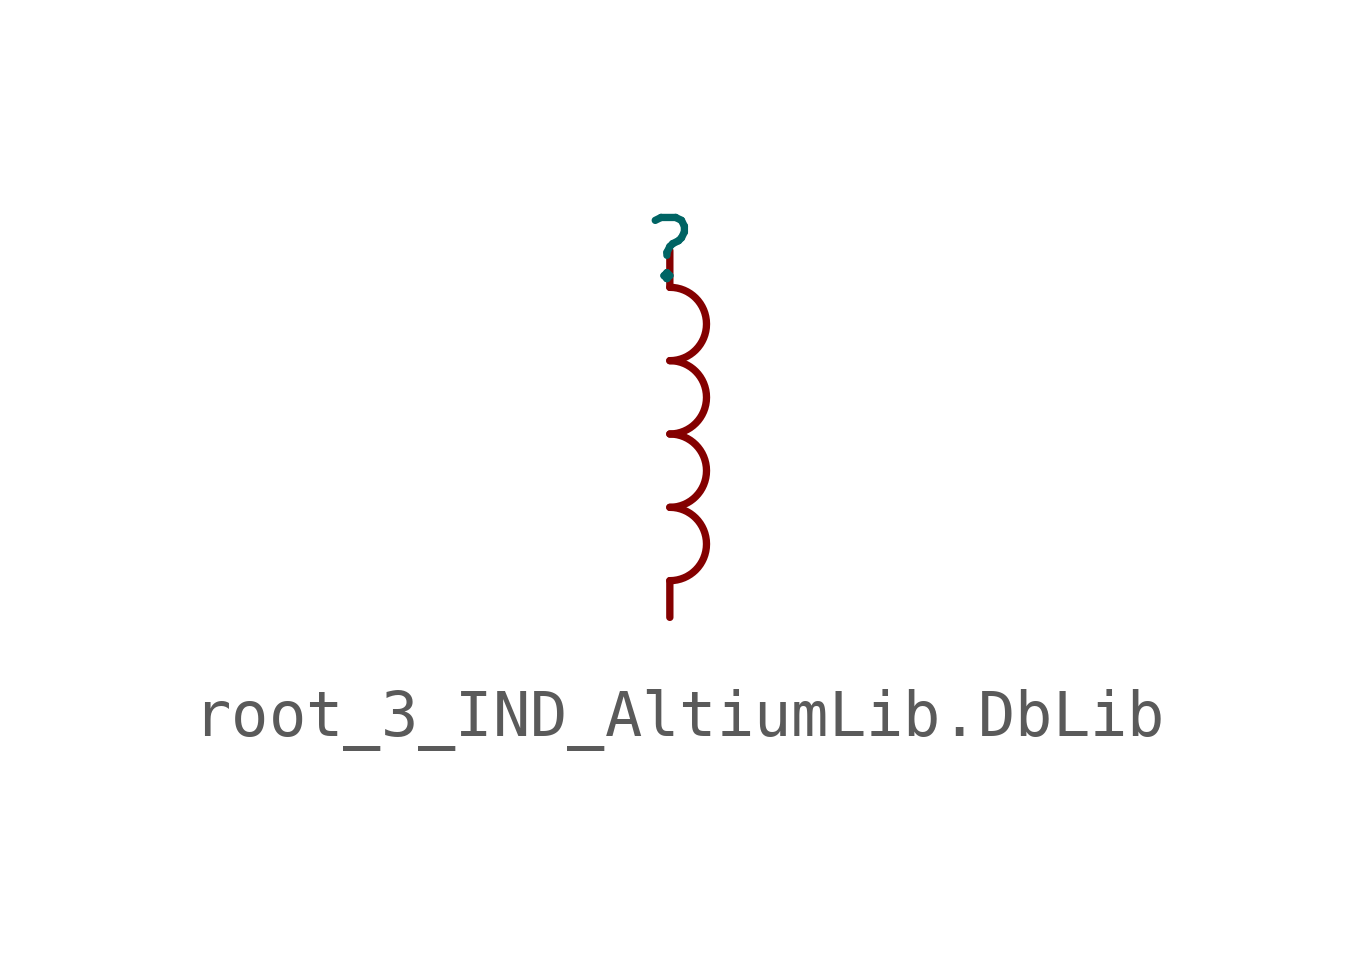
<source format=kicad_sym>
(kicad_symbol_lib
  (version 20241209)
  (generator "kicad_symbol_editor")
  (generator_version "9.0")
  (symbol "root_3_IND_AltiumLib.DbLib"
    (pin_numbers
      (hide yes))
    (pin_names
      (hide yes))
    (property "Reference" ""
      (at 0 0 0)
      (effects (font (size 1.27 1.27))))
    (property "Value" ""
      (at 0 0 0)
      (effects (font (size 1.27 1.27))))
    (symbol "root_3_IND_AltiumLib.DbLib_1_0"
      (arc (start 0 -0.762) (mid 0.762 -1.524) (end 0 -2.286) (stroke (width 0) (type solid)) (fill (type none)))
      (arc (start 0 -2.286) (mid 0.762 -3.048) (end 0 -3.81) (stroke (width 0) (type solid)) (fill (type none)))
      (arc (start 0 -3.81) (mid 0.762 -4.572) (end 0 -5.334) (stroke (width 0) (type solid)) (fill (type none)))
      (arc (start 0 -5.334) (mid 0.762 -6.096) (end 0 -6.858) (stroke (width 0) (type solid)) (fill (type none)))
      (pin passive line (at 0 0 270) (length 0.762) (name "1" (effects (font (size 1.27 1.27)))) (number "1" (effects (font (size 1.27 1.27)))))
      (pin passive line (at 0 -7.62 90) (length 0.762) (name "2" (effects (font (size 1.27 1.27)))) (number "2" (effects (font (size 1.27 1.27))))))))
</source>
